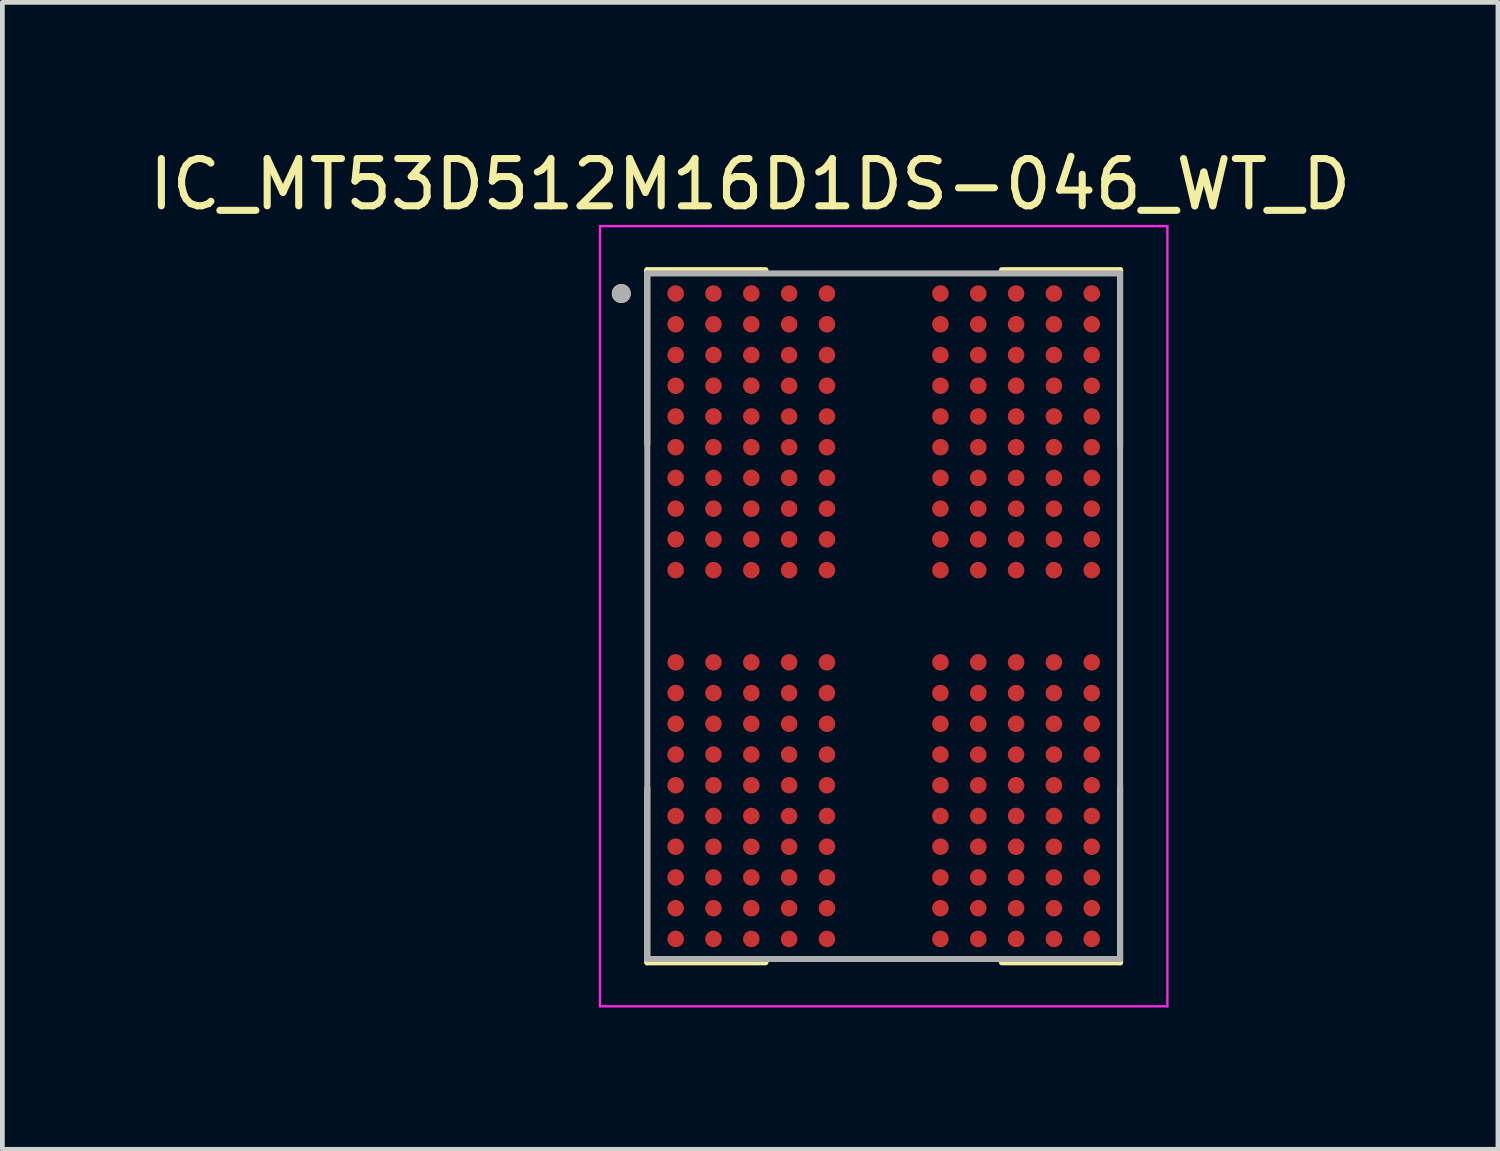
<source format=kicad_pcb>
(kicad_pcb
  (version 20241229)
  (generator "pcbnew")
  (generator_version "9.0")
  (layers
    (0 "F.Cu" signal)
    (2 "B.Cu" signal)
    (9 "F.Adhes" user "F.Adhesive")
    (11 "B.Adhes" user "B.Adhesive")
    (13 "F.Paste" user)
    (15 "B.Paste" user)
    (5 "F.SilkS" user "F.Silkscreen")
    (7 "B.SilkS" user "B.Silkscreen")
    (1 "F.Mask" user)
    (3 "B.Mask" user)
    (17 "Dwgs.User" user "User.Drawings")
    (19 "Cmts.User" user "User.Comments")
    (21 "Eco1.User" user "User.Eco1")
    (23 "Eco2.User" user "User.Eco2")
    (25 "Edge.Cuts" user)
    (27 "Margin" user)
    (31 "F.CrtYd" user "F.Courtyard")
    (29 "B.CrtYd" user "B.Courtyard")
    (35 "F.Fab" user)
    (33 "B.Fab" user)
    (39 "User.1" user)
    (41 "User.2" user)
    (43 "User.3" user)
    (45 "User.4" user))
  (footprint "IC_MT53D512M16D1DS-046_WT_D"
    (layer "F.Cu")
    (at 15.64 9.983)
    (property "Reference" "IC_MT53D512M16D1DS-046_WT_D" (at -2.825 -9.135 0) (layer "F.SilkS") (effects (font (size 1 1) (thickness 0.15))))
    (attr smd)
    (fp_line (start -5 -7.32) (end -5 -3.625) (stroke (width 0.127) (type solid)) (layer "F.SilkS"))
    (fp_line (start -5 -7.32) (end -2.5 -7.32) (stroke (width 0.127) (type solid)) (layer "F.SilkS"))
    (fp_line (start -5 7.32) (end -5 3.625) (stroke (width 0.127) (type solid)) (layer "F.SilkS"))
    (fp_line (start -5 7.32) (end -2.5 7.32) (stroke (width 0.127) (type solid)) (layer "F.SilkS"))
    (fp_line (start 5 -7.32) (end 2.5 -7.32) (stroke (width 0.127) (type solid)) (layer "F.SilkS"))
    (fp_line (start 5 -7.32) (end 5 -3.625) (stroke (width 0.127) (type solid)) (layer "F.SilkS"))
    (fp_line (start 5 7.32) (end 2.5 7.32) (stroke (width 0.127) (type solid)) (layer "F.SilkS"))
    (fp_line (start 5 7.32) (end 5 3.625) (stroke (width 0.127) (type solid)) (layer "F.SilkS"))
    (fp_circle (center -5.55 -6.825) (end -5.45 -6.825) (stroke (width 0.2) (type solid)) (fill no) (layer "F.SilkS"))
    (fp_line (start -6 -8.25) (end 6 -8.25) (stroke (width 0.05) (type solid)) (layer "F.CrtYd"))
    (fp_line (start -6 8.25) (end -6 -8.25) (stroke (width 0.05) (type solid)) (layer "F.CrtYd"))
    (fp_line (start -6 8.25) (end 6 8.25) (stroke (width 0.05) (type solid)) (layer "F.CrtYd"))
    (fp_line (start 6 8.25) (end 6 -8.25) (stroke (width 0.05) (type solid)) (layer "F.CrtYd"))
    (fp_line (start -5 7.25) (end -5 -7.25) (stroke (width 0.127) (type solid)) (layer "F.Fab"))
    (fp_line (start 5 -7.25) (end -5 -7.25) (stroke (width 0.127) (type solid)) (layer "F.Fab"))
    (fp_line (start 5 7.25) (end -5 7.25) (stroke (width 0.127) (type solid)) (layer "F.Fab"))
    (fp_line (start 5 7.25) (end 5 -7.25) (stroke (width 0.127) (type solid)) (layer "F.Fab"))
    (fp_circle (center -5.55 -6.825) (end -5.45 -6.825) (stroke (width 0.2) (type solid)) (fill no) (layer "F.Fab"))
    (pad "A1" smd circle (at -4.4 -6.825) (size 0.35 0.35) (layers "F.Cu" "F.Mask" "F.Paste"))
    (pad "A2" smd circle (at -3.6 -6.825) (size 0.35 0.35) (layers "F.Cu" "F.Mask" "F.Paste"))
    (pad "A3" smd circle (at -2.8 -6.825) (size 0.35 0.35) (layers "F.Cu" "F.Mask" "F.Paste"))
    (pad "A4" smd circle (at -2 -6.825) (size 0.35 0.35) (layers "F.Cu" "F.Mask" "F.Paste"))
    (pad "A5" smd circle (at -1.2 -6.825) (size 0.35 0.35) (layers "F.Cu" "F.Mask" "F.Paste"))
    (pad "A8" smd circle (at 1.2 -6.825) (size 0.35 0.35) (layers "F.Cu" "F.Mask" "F.Paste"))
    (pad "A9" smd circle (at 2 -6.825) (size 0.35 0.35) (layers "F.Cu" "F.Mask" "F.Paste"))
    (pad "A10" smd circle (at 2.8 -6.825) (size 0.35 0.35) (layers "F.Cu" "F.Mask" "F.Paste"))
    (pad "A11" smd circle (at 3.6 -6.825) (size 0.35 0.35) (layers "F.Cu" "F.Mask" "F.Paste"))
    (pad "A12" smd circle (at 4.4 -6.825) (size 0.35 0.35) (layers "F.Cu" "F.Mask" "F.Paste"))
    (pad "AA1" smd circle (at -4.4 6.175) (size 0.35 0.35) (layers "F.Cu" "F.Mask" "F.Paste"))
    (pad "AA2" smd circle (at -3.6 6.175) (size 0.35 0.35) (layers "F.Cu" "F.Mask" "F.Paste"))
    (pad "AA3" smd circle (at -2.8 6.175) (size 0.35 0.35) (layers "F.Cu" "F.Mask" "F.Paste"))
    (pad "AA4" smd circle (at -2 6.175) (size 0.35 0.35) (layers "F.Cu" "F.Mask" "F.Paste"))
    (pad "AA5" smd circle (at -1.2 6.175) (size 0.35 0.35) (layers "F.Cu" "F.Mask" "F.Paste"))
    (pad "AA8" smd circle (at 1.2 6.175) (size 0.35 0.35) (layers "F.Cu" "F.Mask" "F.Paste"))
    (pad "AA9" smd circle (at 2 6.175) (size 0.35 0.35) (layers "F.Cu" "F.Mask" "F.Paste"))
    (pad "AA10" smd circle (at 2.8 6.175) (size 0.35 0.35) (layers "F.Cu" "F.Mask" "F.Paste"))
    (pad "AA11" smd circle (at 3.6 6.175) (size 0.35 0.35) (layers "F.Cu" "F.Mask" "F.Paste"))
    (pad "AA12" smd circle (at 4.4 6.175) (size 0.35 0.35) (layers "F.Cu" "F.Mask" "F.Paste"))
    (pad "AB1" smd circle (at -4.4 6.825) (size 0.35 0.35) (layers "F.Cu" "F.Mask" "F.Paste"))
    (pad "AB2" smd circle (at -3.6 6.825) (size 0.35 0.35) (layers "F.Cu" "F.Mask" "F.Paste"))
    (pad "AB3" smd circle (at -2.8 6.825) (size 0.35 0.35) (layers "F.Cu" "F.Mask" "F.Paste"))
    (pad "AB4" smd circle (at -2 6.825) (size 0.35 0.35) (layers "F.Cu" "F.Mask" "F.Paste"))
    (pad "AB5" smd circle (at -1.2 6.825) (size 0.35 0.35) (layers "F.Cu" "F.Mask" "F.Paste"))
    (pad "AB8" smd circle (at 1.2 6.825) (size 0.35 0.35) (layers "F.Cu" "F.Mask" "F.Paste"))
    (pad "AB9" smd circle (at 2 6.825) (size 0.35 0.35) (layers "F.Cu" "F.Mask" "F.Paste"))
    (pad "AB10" smd circle (at 2.8 6.825) (size 0.35 0.35) (layers "F.Cu" "F.Mask" "F.Paste"))
    (pad "AB11" smd circle (at 3.6 6.825) (size 0.35 0.35) (layers "F.Cu" "F.Mask" "F.Paste"))
    (pad "AB12" smd circle (at 4.4 6.825) (size 0.35 0.35) (layers "F.Cu" "F.Mask" "F.Paste"))
    (pad "B1" smd circle (at -4.4 -6.175) (size 0.35 0.35) (layers "F.Cu" "F.Mask" "F.Paste"))
    (pad "B2" smd circle (at -3.6 -6.175) (size 0.35 0.35) (layers "F.Cu" "F.Mask" "F.Paste"))
    (pad "B3" smd circle (at -2.8 -6.175) (size 0.35 0.35) (layers "F.Cu" "F.Mask" "F.Paste"))
    (pad "B4" smd circle (at -2 -6.175) (size 0.35 0.35) (layers "F.Cu" "F.Mask" "F.Paste"))
    (pad "B5" smd circle (at -1.2 -6.175) (size 0.35 0.35) (layers "F.Cu" "F.Mask" "F.Paste"))
    (pad "B8" smd circle (at 1.2 -6.175) (size 0.35 0.35) (layers "F.Cu" "F.Mask" "F.Paste"))
    (pad "B9" smd circle (at 2 -6.175) (size 0.35 0.35) (layers "F.Cu" "F.Mask" "F.Paste"))
    (pad "B10" smd circle (at 2.8 -6.175) (size 0.35 0.35) (layers "F.Cu" "F.Mask" "F.Paste"))
    (pad "B11" smd circle (at 3.6 -6.175) (size 0.35 0.35) (layers "F.Cu" "F.Mask" "F.Paste"))
    (pad "B12" smd circle (at 4.4 -6.175) (size 0.35 0.35) (layers "F.Cu" "F.Mask" "F.Paste"))
    (pad "C1" smd circle (at -4.4 -5.525) (size 0.35 0.35) (layers "F.Cu" "F.Mask" "F.Paste"))
    (pad "C2" smd circle (at -3.6 -5.525) (size 0.35 0.35) (layers "F.Cu" "F.Mask" "F.Paste"))
    (pad "C3" smd circle (at -2.8 -5.525) (size 0.35 0.35) (layers "F.Cu" "F.Mask" "F.Paste"))
    (pad "C4" smd circle (at -2 -5.525) (size 0.35 0.35) (layers "F.Cu" "F.Mask" "F.Paste"))
    (pad "C5" smd circle (at -1.2 -5.525) (size 0.35 0.35) (layers "F.Cu" "F.Mask" "F.Paste"))
    (pad "C8" smd circle (at 1.2 -5.525) (size 0.35 0.35) (layers "F.Cu" "F.Mask" "F.Paste"))
    (pad "C9" smd circle (at 2 -5.525) (size 0.35 0.35) (layers "F.Cu" "F.Mask" "F.Paste"))
    (pad "C10" smd circle (at 2.8 -5.525) (size 0.35 0.35) (layers "F.Cu" "F.Mask" "F.Paste"))
    (pad "C11" smd circle (at 3.6 -5.525) (size 0.35 0.35) (layers "F.Cu" "F.Mask" "F.Paste"))
    (pad "C12" smd circle (at 4.4 -5.525) (size 0.35 0.35) (layers "F.Cu" "F.Mask" "F.Paste"))
    (pad "D1" smd circle (at -4.4 -4.875) (size 0.35 0.35) (layers "F.Cu" "F.Mask" "F.Paste"))
    (pad "D2" smd circle (at -3.6 -4.875) (size 0.35 0.35) (layers "F.Cu" "F.Mask" "F.Paste"))
    (pad "D3" smd circle (at -2.8 -4.875) (size 0.35 0.35) (layers "F.Cu" "F.Mask" "F.Paste"))
    (pad "D4" smd circle (at -2 -4.875) (size 0.35 0.35) (layers "F.Cu" "F.Mask" "F.Paste"))
    (pad "D5" smd circle (at -1.2 -4.875) (size 0.35 0.35) (layers "F.Cu" "F.Mask" "F.Paste"))
    (pad "D8" smd circle (at 1.2 -4.875) (size 0.35 0.35) (layers "F.Cu" "F.Mask" "F.Paste"))
    (pad "D9" smd circle (at 2 -4.875) (size 0.35 0.35) (layers "F.Cu" "F.Mask" "F.Paste"))
    (pad "D10" smd circle (at 2.8 -4.875) (size 0.35 0.35) (layers "F.Cu" "F.Mask" "F.Paste"))
    (pad "D11" smd circle (at 3.6 -4.875) (size 0.35 0.35) (layers "F.Cu" "F.Mask" "F.Paste"))
    (pad "D12" smd circle (at 4.4 -4.875) (size 0.35 0.35) (layers "F.Cu" "F.Mask" "F.Paste"))
    (pad "E1" smd circle (at -4.4 -4.225) (size 0.35 0.35) (layers "F.Cu" "F.Mask" "F.Paste"))
    (pad "E2" smd circle (at -3.6 -4.225) (size 0.35 0.35) (layers "F.Cu" "F.Mask" "F.Paste"))
    (pad "E3" smd circle (at -2.8 -4.225) (size 0.35 0.35) (layers "F.Cu" "F.Mask" "F.Paste"))
    (pad "E4" smd circle (at -2 -4.225) (size 0.35 0.35) (layers "F.Cu" "F.Mask" "F.Paste"))
    (pad "E5" smd circle (at -1.2 -4.225) (size 0.35 0.35) (layers "F.Cu" "F.Mask" "F.Paste"))
    (pad "E8" smd circle (at 1.2 -4.225) (size 0.35 0.35) (layers "F.Cu" "F.Mask" "F.Paste"))
    (pad "E9" smd circle (at 2 -4.225) (size 0.35 0.35) (layers "F.Cu" "F.Mask" "F.Paste"))
    (pad "E10" smd circle (at 2.8 -4.225) (size 0.35 0.35) (layers "F.Cu" "F.Mask" "F.Paste"))
    (pad "E11" smd circle (at 3.6 -4.225) (size 0.35 0.35) (layers "F.Cu" "F.Mask" "F.Paste"))
    (pad "E12" smd circle (at 4.4 -4.225) (size 0.35 0.35) (layers "F.Cu" "F.Mask" "F.Paste"))
    (pad "F1" smd circle (at -4.4 -3.575) (size 0.35 0.35) (layers "F.Cu" "F.Mask" "F.Paste"))
    (pad "F2" smd circle (at -3.6 -3.575) (size 0.35 0.35) (layers "F.Cu" "F.Mask" "F.Paste"))
    (pad "F3" smd circle (at -2.8 -3.575) (size 0.35 0.35) (layers "F.Cu" "F.Mask" "F.Paste"))
    (pad "F4" smd circle (at -2 -3.575) (size 0.35 0.35) (layers "F.Cu" "F.Mask" "F.Paste"))
    (pad "F5" smd circle (at -1.2 -3.575) (size 0.35 0.35) (layers "F.Cu" "F.Mask" "F.Paste"))
    (pad "F8" smd circle (at 1.2 -3.575) (size 0.35 0.35) (layers "F.Cu" "F.Mask" "F.Paste"))
    (pad "F9" smd circle (at 2 -3.575) (size 0.35 0.35) (layers "F.Cu" "F.Mask" "F.Paste"))
    (pad "F10" smd circle (at 2.8 -3.575) (size 0.35 0.35) (layers "F.Cu" "F.Mask" "F.Paste"))
    (pad "F11" smd circle (at 3.6 -3.575) (size 0.35 0.35) (layers "F.Cu" "F.Mask" "F.Paste"))
    (pad "F12" smd circle (at 4.4 -3.575) (size 0.35 0.35) (layers "F.Cu" "F.Mask" "F.Paste"))
    (pad "G1" smd circle (at -4.4 -2.925) (size 0.35 0.35) (layers "F.Cu" "F.Mask" "F.Paste"))
    (pad "G2" smd circle (at -3.6 -2.925) (size 0.35 0.35) (layers "F.Cu" "F.Mask" "F.Paste"))
    (pad "G3" smd circle (at -2.8 -2.925) (size 0.35 0.35) (layers "F.Cu" "F.Mask" "F.Paste"))
    (pad "G4" smd circle (at -2 -2.925) (size 0.35 0.35) (layers "F.Cu" "F.Mask" "F.Paste"))
    (pad "G5" smd circle (at -1.2 -2.925) (size 0.35 0.35) (layers "F.Cu" "F.Mask" "F.Paste"))
    (pad "G8" smd circle (at 1.2 -2.925) (size 0.35 0.35) (layers "F.Cu" "F.Mask" "F.Paste"))
    (pad "G9" smd circle (at 2 -2.925) (size 0.35 0.35) (layers "F.Cu" "F.Mask" "F.Paste"))
    (pad "G10" smd circle (at 2.8 -2.925) (size 0.35 0.35) (layers "F.Cu" "F.Mask" "F.Paste"))
    (pad "G11" smd circle (at 3.6 -2.925) (size 0.35 0.35) (layers "F.Cu" "F.Mask" "F.Paste"))
    (pad "G12" smd circle (at 4.4 -2.925) (size 0.35 0.35) (layers "F.Cu" "F.Mask" "F.Paste"))
    (pad "H1" smd circle (at -4.4 -2.275) (size 0.35 0.35) (layers "F.Cu" "F.Mask" "F.Paste"))
    (pad "H2" smd circle (at -3.6 -2.275) (size 0.35 0.35) (layers "F.Cu" "F.Mask" "F.Paste"))
    (pad "H3" smd circle (at -2.8 -2.275) (size 0.35 0.35) (layers "F.Cu" "F.Mask" "F.Paste"))
    (pad "H4" smd circle (at -2 -2.275) (size 0.35 0.35) (layers "F.Cu" "F.Mask" "F.Paste"))
    (pad "H5" smd circle (at -1.2 -2.275) (size 0.35 0.35) (layers "F.Cu" "F.Mask" "F.Paste"))
    (pad "H8" smd circle (at 1.2 -2.275) (size 0.35 0.35) (layers "F.Cu" "F.Mask" "F.Paste"))
    (pad "H9" smd circle (at 2 -2.275) (size 0.35 0.35) (layers "F.Cu" "F.Mask" "F.Paste"))
    (pad "H10" smd circle (at 2.8 -2.275) (size 0.35 0.35) (layers "F.Cu" "F.Mask" "F.Paste"))
    (pad "H11" smd circle (at 3.6 -2.275) (size 0.35 0.35) (layers "F.Cu" "F.Mask" "F.Paste"))
    (pad "H12" smd circle (at 4.4 -2.275) (size 0.35 0.35) (layers "F.Cu" "F.Mask" "F.Paste"))
    (pad "J1" smd circle (at -4.4 -1.625) (size 0.35 0.35) (layers "F.Cu" "F.Mask" "F.Paste"))
    (pad "J2" smd circle (at -3.6 -1.625) (size 0.35 0.35) (layers "F.Cu" "F.Mask" "F.Paste"))
    (pad "J3" smd circle (at -2.8 -1.625) (size 0.35 0.35) (layers "F.Cu" "F.Mask" "F.Paste"))
    (pad "J4" smd circle (at -2 -1.625) (size 0.35 0.35) (layers "F.Cu" "F.Mask" "F.Paste"))
    (pad "J5" smd circle (at -1.2 -1.625) (size 0.35 0.35) (layers "F.Cu" "F.Mask" "F.Paste"))
    (pad "J8" smd circle (at 1.2 -1.625) (size 0.35 0.35) (layers "F.Cu" "F.Mask" "F.Paste"))
    (pad "J9" smd circle (at 2 -1.625) (size 0.35 0.35) (layers "F.Cu" "F.Mask" "F.Paste"))
    (pad "J10" smd circle (at 2.8 -1.625) (size 0.35 0.35) (layers "F.Cu" "F.Mask" "F.Paste"))
    (pad "J11" smd circle (at 3.6 -1.625) (size 0.35 0.35) (layers "F.Cu" "F.Mask" "F.Paste"))
    (pad "J12" smd circle (at 4.4 -1.625) (size 0.35 0.35) (layers "F.Cu" "F.Mask" "F.Paste"))
    (pad "K1" smd circle (at -4.4 -0.975) (size 0.35 0.35) (layers "F.Cu" "F.Mask" "F.Paste"))
    (pad "K2" smd circle (at -3.6 -0.975) (size 0.35 0.35) (layers "F.Cu" "F.Mask" "F.Paste"))
    (pad "K3" smd circle (at -2.8 -0.975) (size 0.35 0.35) (layers "F.Cu" "F.Mask" "F.Paste"))
    (pad "K4" smd circle (at -2 -0.975) (size 0.35 0.35) (layers "F.Cu" "F.Mask" "F.Paste"))
    (pad "K5" smd circle (at -1.2 -0.975) (size 0.35 0.35) (layers "F.Cu" "F.Mask" "F.Paste"))
    (pad "K8" smd circle (at 1.2 -0.975) (size 0.35 0.35) (layers "F.Cu" "F.Mask" "F.Paste"))
    (pad "K9" smd circle (at 2 -0.975) (size 0.35 0.35) (layers "F.Cu" "F.Mask" "F.Paste"))
    (pad "K10" smd circle (at 2.8 -0.975) (size 0.35 0.35) (layers "F.Cu" "F.Mask" "F.Paste"))
    (pad "K11" smd circle (at 3.6 -0.975) (size 0.35 0.35) (layers "F.Cu" "F.Mask" "F.Paste"))
    (pad "K12" smd circle (at 4.4 -0.975) (size 0.35 0.35) (layers "F.Cu" "F.Mask" "F.Paste"))
    (pad "N1" smd circle (at -4.4 0.975) (size 0.35 0.35) (layers "F.Cu" "F.Mask" "F.Paste"))
    (pad "N2" smd circle (at -3.6 0.975) (size 0.35 0.35) (layers "F.Cu" "F.Mask" "F.Paste"))
    (pad "N3" smd circle (at -2.8 0.975) (size 0.35 0.35) (layers "F.Cu" "F.Mask" "F.Paste"))
    (pad "N4" smd circle (at -2 0.975) (size 0.35 0.35) (layers "F.Cu" "F.Mask" "F.Paste"))
    (pad "N5" smd circle (at -1.2 0.975) (size 0.35 0.35) (layers "F.Cu" "F.Mask" "F.Paste"))
    (pad "N8" smd circle (at 1.2 0.975) (size 0.35 0.35) (layers "F.Cu" "F.Mask" "F.Paste"))
    (pad "N9" smd circle (at 2 0.975) (size 0.35 0.35) (layers "F.Cu" "F.Mask" "F.Paste"))
    (pad "N10" smd circle (at 2.8 0.975) (size 0.35 0.35) (layers "F.Cu" "F.Mask" "F.Paste"))
    (pad "N11" smd circle (at 3.6 0.975) (size 0.35 0.35) (layers "F.Cu" "F.Mask" "F.Paste"))
    (pad "N12" smd circle (at 4.4 0.975) (size 0.35 0.35) (layers "F.Cu" "F.Mask" "F.Paste"))
    (pad "P1" smd circle (at -4.4 1.625) (size 0.35 0.35) (layers "F.Cu" "F.Mask" "F.Paste"))
    (pad "P2" smd circle (at -3.6 1.625) (size 0.35 0.35) (layers "F.Cu" "F.Mask" "F.Paste"))
    (pad "P3" smd circle (at -2.8 1.625) (size 0.35 0.35) (layers "F.Cu" "F.Mask" "F.Paste"))
    (pad "P4" smd circle (at -2 1.625) (size 0.35 0.35) (layers "F.Cu" "F.Mask" "F.Paste"))
    (pad "P5" smd circle (at -1.2 1.625) (size 0.35 0.35) (layers "F.Cu" "F.Mask" "F.Paste"))
    (pad "P8" smd circle (at 1.2 1.625) (size 0.35 0.35) (layers "F.Cu" "F.Mask" "F.Paste"))
    (pad "P9" smd circle (at 2 1.625) (size 0.35 0.35) (layers "F.Cu" "F.Mask" "F.Paste"))
    (pad "P10" smd circle (at 2.8 1.625) (size 0.35 0.35) (layers "F.Cu" "F.Mask" "F.Paste"))
    (pad "P11" smd circle (at 3.6 1.625) (size 0.35 0.35) (layers "F.Cu" "F.Mask" "F.Paste"))
    (pad "P12" smd circle (at 4.4 1.625) (size 0.35 0.35) (layers "F.Cu" "F.Mask" "F.Paste"))
    (pad "R1" smd circle (at -4.4 2.275) (size 0.35 0.35) (layers "F.Cu" "F.Mask" "F.Paste"))
    (pad "R2" smd circle (at -3.6 2.275) (size 0.35 0.35) (layers "F.Cu" "F.Mask" "F.Paste"))
    (pad "R3" smd circle (at -2.8 2.275) (size 0.35 0.35) (layers "F.Cu" "F.Mask" "F.Paste"))
    (pad "R4" smd circle (at -2 2.275) (size 0.35 0.35) (layers "F.Cu" "F.Mask" "F.Paste"))
    (pad "R5" smd circle (at -1.2 2.275) (size 0.35 0.35) (layers "F.Cu" "F.Mask" "F.Paste"))
    (pad "R8" smd circle (at 1.2 2.275) (size 0.35 0.35) (layers "F.Cu" "F.Mask" "F.Paste"))
    (pad "R9" smd circle (at 2 2.275) (size 0.35 0.35) (layers "F.Cu" "F.Mask" "F.Paste"))
    (pad "R10" smd circle (at 2.8 2.275) (size 0.35 0.35) (layers "F.Cu" "F.Mask" "F.Paste"))
    (pad "R11" smd circle (at 3.6 2.275) (size 0.35 0.35) (layers "F.Cu" "F.Mask" "F.Paste"))
    (pad "R12" smd circle (at 4.4 2.275) (size 0.35 0.35) (layers "F.Cu" "F.Mask" "F.Paste"))
    (pad "T1" smd circle (at -4.4 2.925) (size 0.35 0.35) (layers "F.Cu" "F.Mask" "F.Paste"))
    (pad "T2" smd circle (at -3.6 2.925) (size 0.35 0.35) (layers "F.Cu" "F.Mask" "F.Paste"))
    (pad "T3" smd circle (at -2.8 2.925) (size 0.35 0.35) (layers "F.Cu" "F.Mask" "F.Paste"))
    (pad "T4" smd circle (at -2 2.925) (size 0.35 0.35) (layers "F.Cu" "F.Mask" "F.Paste"))
    (pad "T5" smd circle (at -1.2 2.925) (size 0.35 0.35) (layers "F.Cu" "F.Mask" "F.Paste"))
    (pad "T8" smd circle (at 1.2 2.925) (size 0.35 0.35) (layers "F.Cu" "F.Mask" "F.Paste"))
    (pad "T9" smd circle (at 2 2.925) (size 0.35 0.35) (layers "F.Cu" "F.Mask" "F.Paste"))
    (pad "T10" smd circle (at 2.8 2.925) (size 0.35 0.35) (layers "F.Cu" "F.Mask" "F.Paste"))
    (pad "T11" smd circle (at 3.6 2.925) (size 0.35 0.35) (layers "F.Cu" "F.Mask" "F.Paste"))
    (pad "T12" smd circle (at 4.4 2.925) (size 0.35 0.35) (layers "F.Cu" "F.Mask" "F.Paste"))
    (pad "U1" smd circle (at -4.4 3.575) (size 0.35 0.35) (layers "F.Cu" "F.Mask" "F.Paste"))
    (pad "U2" smd circle (at -3.6 3.575) (size 0.35 0.35) (layers "F.Cu" "F.Mask" "F.Paste"))
    (pad "U3" smd circle (at -2.8 3.575) (size 0.35 0.35) (layers "F.Cu" "F.Mask" "F.Paste"))
    (pad "U4" smd circle (at -2 3.575) (size 0.35 0.35) (layers "F.Cu" "F.Mask" "F.Paste"))
    (pad "U5" smd circle (at -1.2 3.575) (size 0.35 0.35) (layers "F.Cu" "F.Mask" "F.Paste"))
    (pad "U8" smd circle (at 1.2 3.575) (size 0.35 0.35) (layers "F.Cu" "F.Mask" "F.Paste"))
    (pad "U9" smd circle (at 2 3.575) (size 0.35 0.35) (layers "F.Cu" "F.Mask" "F.Paste"))
    (pad "U10" smd circle (at 2.8 3.575) (size 0.35 0.35) (layers "F.Cu" "F.Mask" "F.Paste"))
    (pad "U11" smd circle (at 3.6 3.575) (size 0.35 0.35) (layers "F.Cu" "F.Mask" "F.Paste"))
    (pad "U12" smd circle (at 4.4 3.575) (size 0.35 0.35) (layers "F.Cu" "F.Mask" "F.Paste"))
    (pad "V1" smd circle (at -4.4 4.225) (size 0.35 0.35) (layers "F.Cu" "F.Mask" "F.Paste"))
    (pad "V2" smd circle (at -3.6 4.225) (size 0.35 0.35) (layers "F.Cu" "F.Mask" "F.Paste"))
    (pad "V3" smd circle (at -2.8 4.225) (size 0.35 0.35) (layers "F.Cu" "F.Mask" "F.Paste"))
    (pad "V4" smd circle (at -2 4.225) (size 0.35 0.35) (layers "F.Cu" "F.Mask" "F.Paste"))
    (pad "V5" smd circle (at -1.2 4.225) (size 0.35 0.35) (layers "F.Cu" "F.Mask" "F.Paste"))
    (pad "V8" smd circle (at 1.2 4.225) (size 0.35 0.35) (layers "F.Cu" "F.Mask" "F.Paste"))
    (pad "V9" smd circle (at 2 4.225) (size 0.35 0.35) (layers "F.Cu" "F.Mask" "F.Paste"))
    (pad "V10" smd circle (at 2.8 4.225) (size 0.35 0.35) (layers "F.Cu" "F.Mask" "F.Paste"))
    (pad "V11" smd circle (at 3.6 4.225) (size 0.35 0.35) (layers "F.Cu" "F.Mask" "F.Paste"))
    (pad "V12" smd circle (at 4.4 4.225) (size 0.35 0.35) (layers "F.Cu" "F.Mask" "F.Paste"))
    (pad "W1" smd circle (at -4.4 4.875) (size 0.35 0.35) (layers "F.Cu" "F.Mask" "F.Paste"))
    (pad "W2" smd circle (at -3.6 4.875) (size 0.35 0.35) (layers "F.Cu" "F.Mask" "F.Paste"))
    (pad "W3" smd circle (at -2.8 4.875) (size 0.35 0.35) (layers "F.Cu" "F.Mask" "F.Paste"))
    (pad "W4" smd circle (at -2 4.875) (size 0.35 0.35) (layers "F.Cu" "F.Mask" "F.Paste"))
    (pad "W5" smd circle (at -1.2 4.875) (size 0.35 0.35) (layers "F.Cu" "F.Mask" "F.Paste"))
    (pad "W8" smd circle (at 1.2 4.875) (size 0.35 0.35) (layers "F.Cu" "F.Mask" "F.Paste"))
    (pad "W9" smd circle (at 2 4.875) (size 0.35 0.35) (layers "F.Cu" "F.Mask" "F.Paste"))
    (pad "W10" smd circle (at 2.8 4.875) (size 0.35 0.35) (layers "F.Cu" "F.Mask" "F.Paste"))
    (pad "W11" smd circle (at 3.6 4.875) (size 0.35 0.35) (layers "F.Cu" "F.Mask" "F.Paste"))
    (pad "W12" smd circle (at 4.4 4.875) (size 0.35 0.35) (layers "F.Cu" "F.Mask" "F.Paste"))
    (pad "Y1" smd circle (at -4.4 5.525) (size 0.35 0.35) (layers "F.Cu" "F.Mask" "F.Paste"))
    (pad "Y2" smd circle (at -3.6 5.525) (size 0.35 0.35) (layers "F.Cu" "F.Mask" "F.Paste"))
    (pad "Y3" smd circle (at -2.8 5.525) (size 0.35 0.35) (layers "F.Cu" "F.Mask" "F.Paste"))
    (pad "Y4" smd circle (at -2 5.525) (size 0.35 0.35) (layers "F.Cu" "F.Mask" "F.Paste"))
    (pad "Y5" smd circle (at -1.2 5.525) (size 0.35 0.35) (layers "F.Cu" "F.Mask" "F.Paste"))
    (pad "Y8" smd circle (at 1.2 5.525) (size 0.35 0.35) (layers "F.Cu" "F.Mask" "F.Paste"))
    (pad "Y9" smd circle (at 2 5.525) (size 0.35 0.35) (layers "F.Cu" "F.Mask" "F.Paste"))
    (pad "Y10" smd circle (at 2.8 5.525) (size 0.35 0.35) (layers "F.Cu" "F.Mask" "F.Paste"))
    (pad "Y11" smd circle (at 3.6 5.525) (size 0.35 0.35) (layers "F.Cu" "F.Mask" "F.Paste"))
    (pad "Y12" smd circle (at 4.4 5.525) (size 0.35 0.35) (layers "F.Cu" "F.Mask" "F.Paste")))
  (gr_rect
    (start -3 -3)
    (end 28.631 21.258)
    (stroke (width 0.1) (type default))
    (fill no)
    (layer "Edge.Cuts")))
</source>
